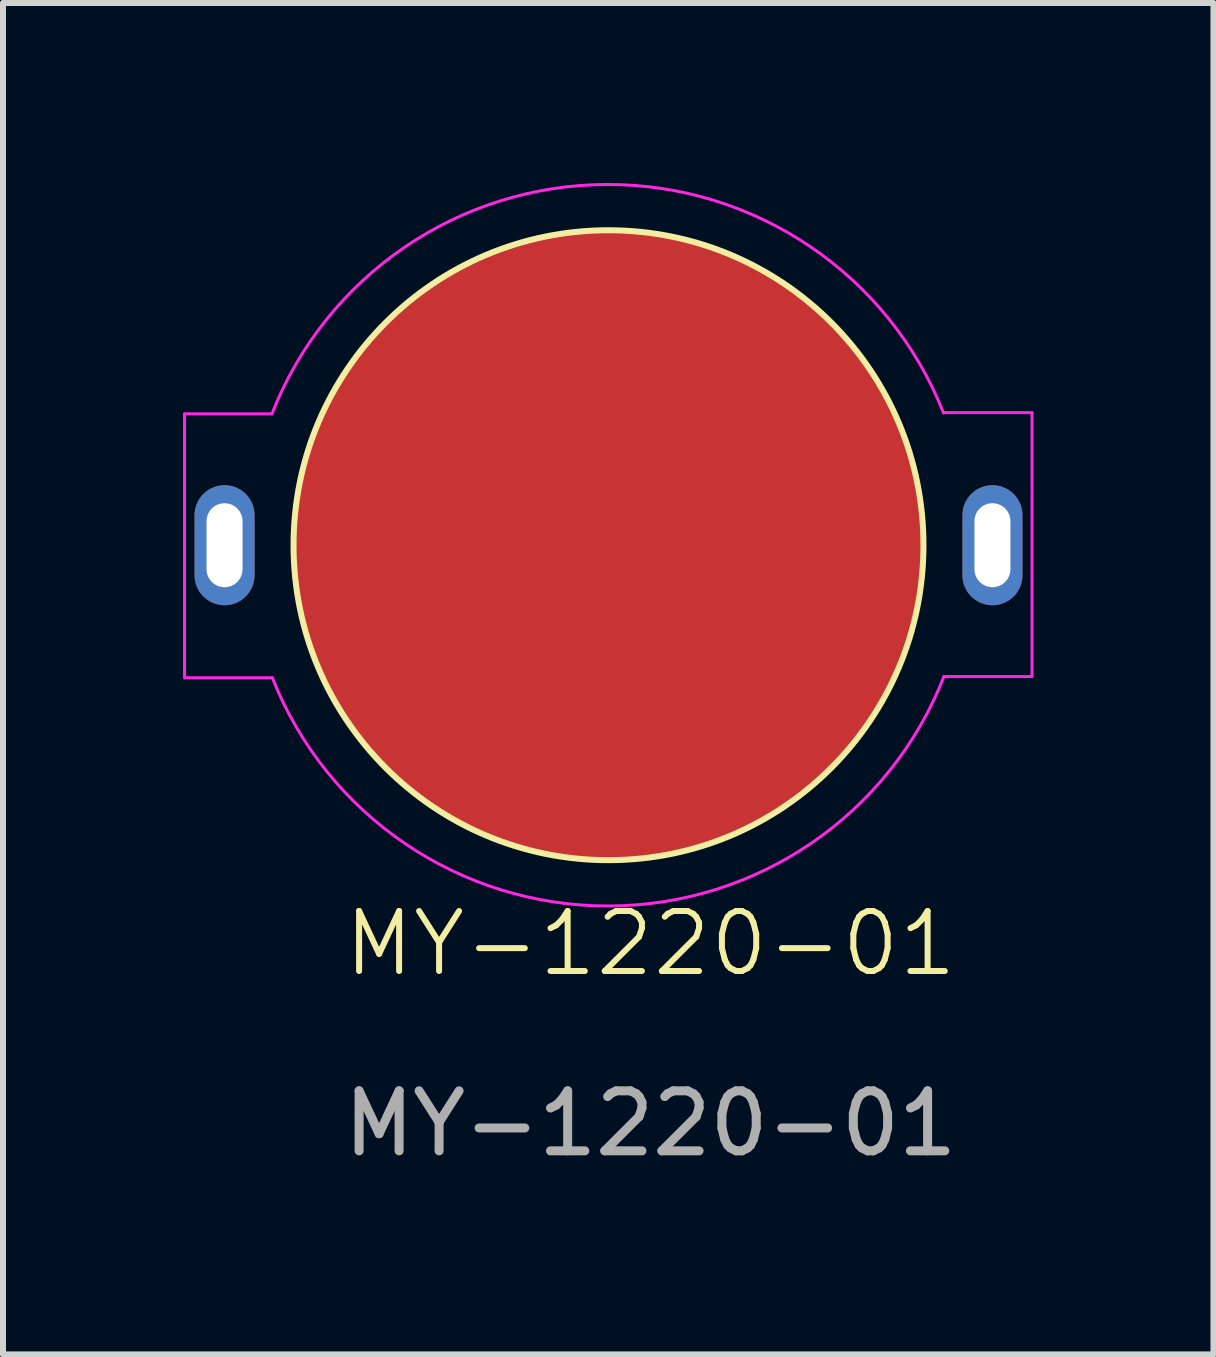
<source format=kicad_pcb>
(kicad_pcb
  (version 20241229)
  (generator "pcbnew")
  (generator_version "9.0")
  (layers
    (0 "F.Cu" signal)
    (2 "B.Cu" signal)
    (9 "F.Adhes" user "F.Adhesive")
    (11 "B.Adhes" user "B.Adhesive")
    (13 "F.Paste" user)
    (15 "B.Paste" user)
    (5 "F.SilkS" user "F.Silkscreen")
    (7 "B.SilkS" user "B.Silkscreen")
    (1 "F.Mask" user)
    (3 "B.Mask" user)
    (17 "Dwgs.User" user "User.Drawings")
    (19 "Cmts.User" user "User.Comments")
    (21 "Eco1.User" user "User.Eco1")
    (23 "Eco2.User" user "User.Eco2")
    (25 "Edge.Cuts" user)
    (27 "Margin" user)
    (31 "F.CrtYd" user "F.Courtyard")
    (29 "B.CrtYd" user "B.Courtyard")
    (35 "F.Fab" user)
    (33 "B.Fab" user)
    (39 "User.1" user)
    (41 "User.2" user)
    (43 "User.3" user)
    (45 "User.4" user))
  (footprint "MY-1220-01"
    (layer "F.Cu")
    (at 7.093 6.038)
    (property "Reference" "MY-1220-01" (at 0.7 6.64 0) (unlocked yes) (layer "F.SilkS") (effects (font (size 1 1) (thickness 0.1))))
    (attr smd)
    (fp_circle (center 0 0) (end 5.25 0) (stroke (width 0.1) (type default)) (fill no) (layer "F.SilkS"))
    (fp_line (start -7.067 -2.19) (end -5.61 -2.19) (stroke (width 0.05) (type default)) (layer "F.CrtYd"))
    (fp_line (start -7.067 2.21) (end -7.067 -2.19) (stroke (width 0.05) (type default)) (layer "F.CrtYd"))
    (fp_line (start -7.065 2.21) (end -5.607 2.21) (stroke (width 0.05) (type default)) (layer "F.CrtYd"))
    (fp_line (start 7.049 2.19) (end 5.591 2.19) (stroke (width 0.05) (type default)) (layer "F.CrtYd"))
    (fp_line (start 7.058 -2.21) (end 5.6 -2.21) (stroke (width 0.05) (type default)) (layer "F.CrtYd"))
    (fp_line (start 7.06 -2.21) (end 7.06 2.19) (stroke (width 0.05) (type default)) (layer "F.CrtYd"))
    (fp_arc (start -5.61 -2.19) (mid -0.017472 -6.01299) (end 5.58454 -2.20391) (stroke (width 0.05) (type default)) (layer "F.CrtYd"))
    (fp_arc (start 5.59125 2.19) (mid -0.00001 6.01415) (end -5.603943 2.208596) (stroke (width 0.05) (type default)) (layer "F.CrtYd"))
    (fp_text user "${REFERENCE}" (at 0.7 9.64 0) (unlocked yes) (layer "F.Fab") (effects (font (size 1 1) (thickness 0.15))))
    (pad "1" thru_hole oval (at -6.4 0 90) (size 2 1) (drill oval 1.4 0.6) (layers "*.Cu" "*.Mask"))
    (pad "1" thru_hole oval (at 6.4 0 90) (size 2 1) (drill oval 1.4 0.6) (layers "*.Cu" "*.Mask"))
    (pad "2" smd oval (at 0 0 90) (size 10.5 10.5) (layers "F.Cu" "F.Mask" "F.Paste")))
  (gr_rect
    (start -3 -3)
    (end 17.177 19.526)
    (stroke (width 0.1) (type default))
    (fill no)
    (layer "Edge.Cuts")))
</source>
